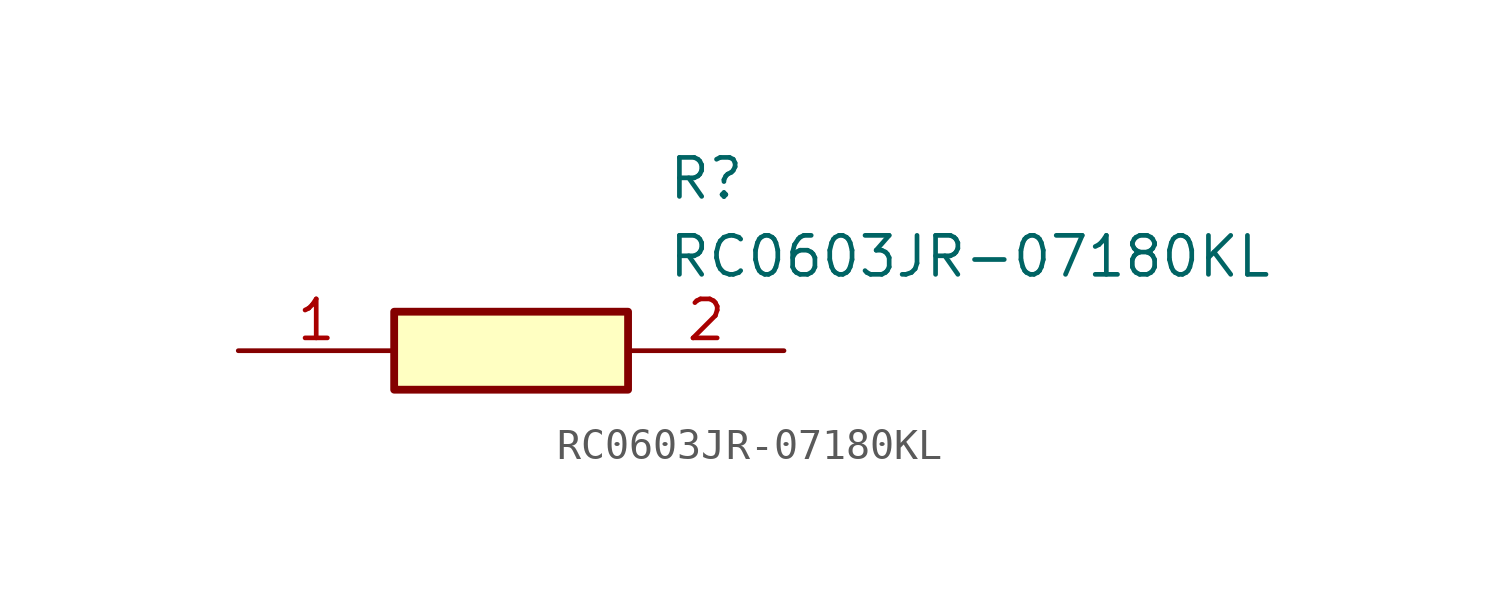
<source format=kicad_sym>
(kicad_symbol_lib
  (version 20211014)
  (generator SamacSys_ECAD_Model)
  (symbol "RC0603JR-07180KL"
    (pin_names hide)
    (property "Reference" "R"
      (at 13.97 6.35 0)
      (effects (font (size 1.27 1.27)) (justify left top)))
    (property "Value" "RC0603JR-07180KL"
      (at 13.97 3.81 0)
      (effects (font (size 1.27 1.27)) (justify left top)))
    (rectangle
      (start 5.08 1.27)
      (end 12.7 -1.27)
      (stroke (width 0.254) (type default))
      (fill (type background)))
    (pin passive line
      (at 0 0 0)
      (length 5.08)
      (name "1" (effects (font (size 1.27 1.27))))
      (number "1" (effects (font (size 1.27 1.27)))))
    (pin passive line
      (at 17.78 0 180)
      (length 5.08)
      (name "2" (effects (font (size 1.27 1.27))))
      (number "2" (effects (font (size 1.27 1.27)))))))
</source>
